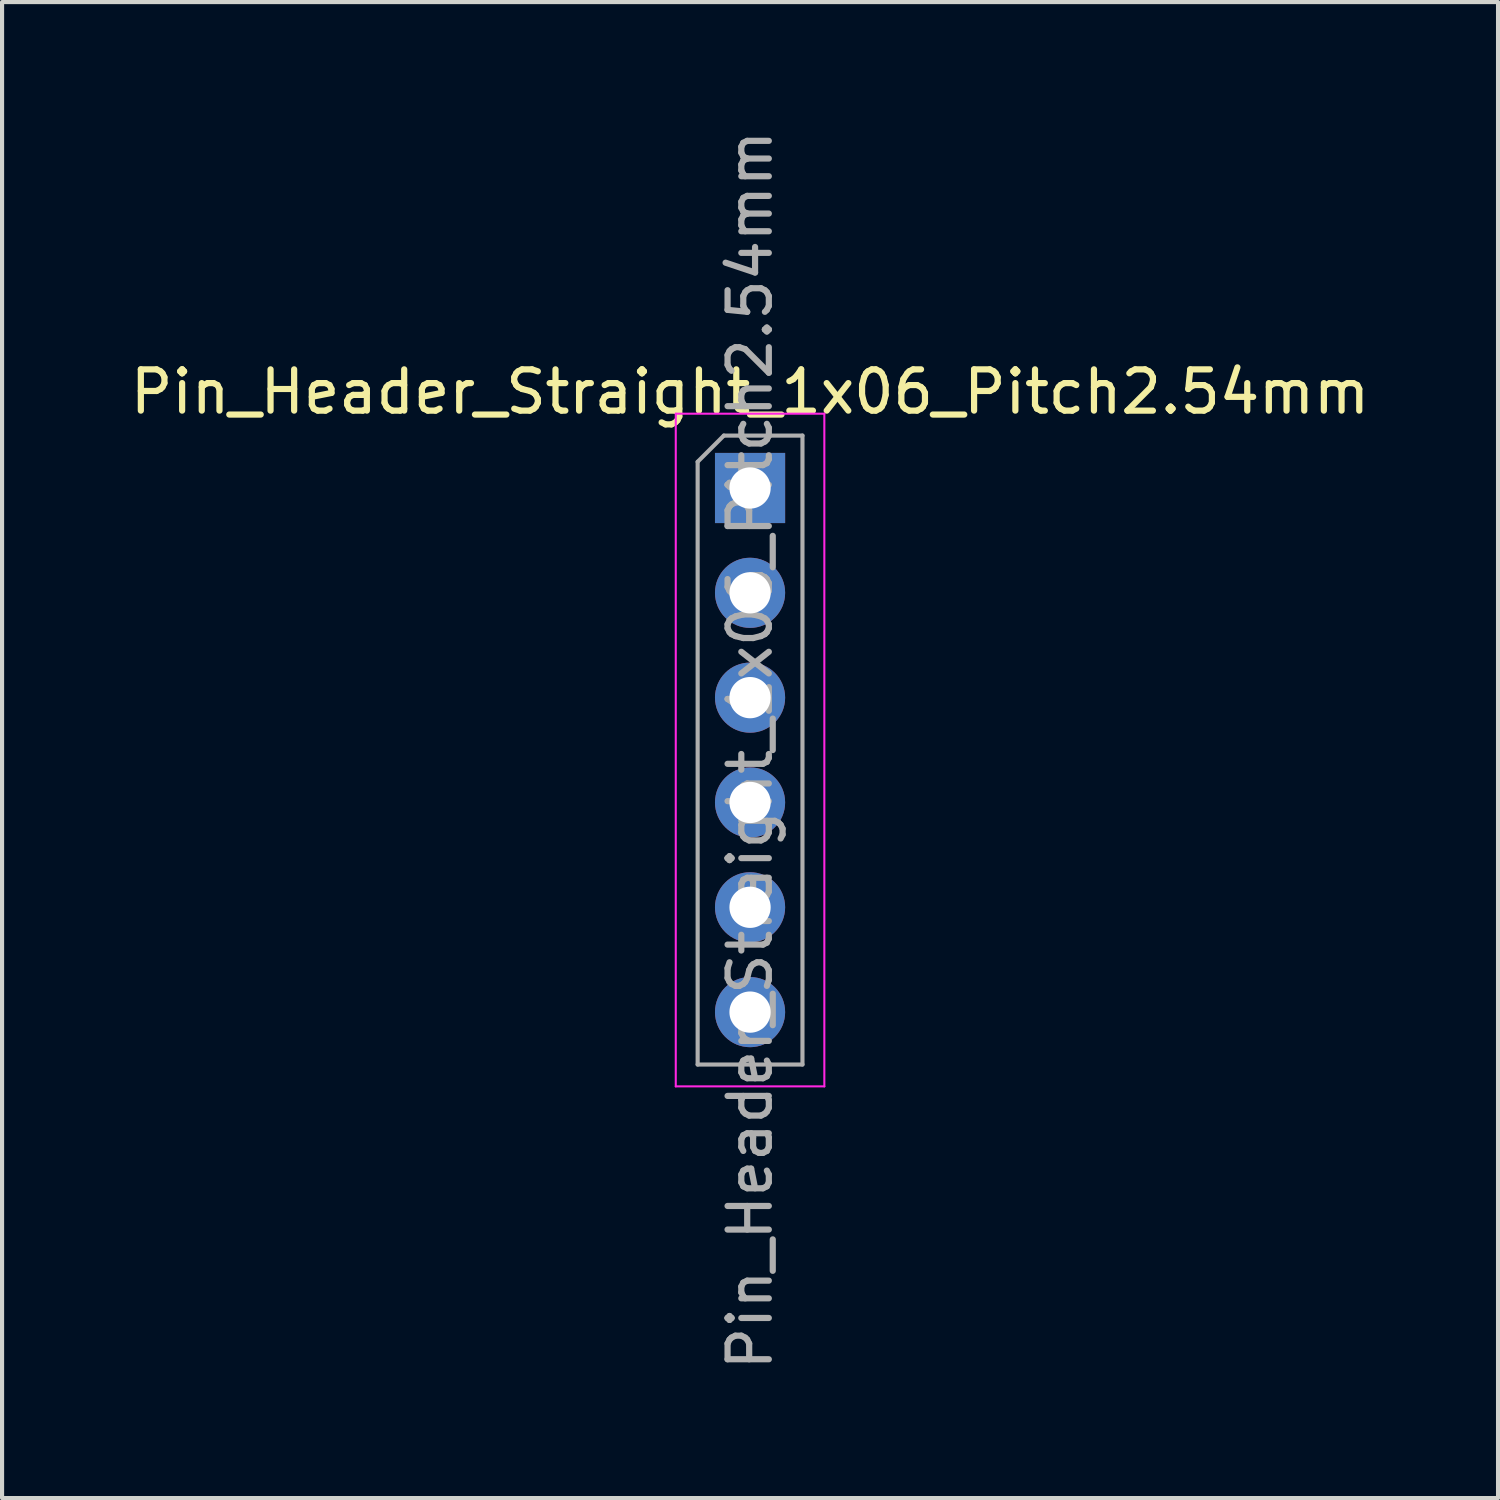
<source format=kicad_pcb>
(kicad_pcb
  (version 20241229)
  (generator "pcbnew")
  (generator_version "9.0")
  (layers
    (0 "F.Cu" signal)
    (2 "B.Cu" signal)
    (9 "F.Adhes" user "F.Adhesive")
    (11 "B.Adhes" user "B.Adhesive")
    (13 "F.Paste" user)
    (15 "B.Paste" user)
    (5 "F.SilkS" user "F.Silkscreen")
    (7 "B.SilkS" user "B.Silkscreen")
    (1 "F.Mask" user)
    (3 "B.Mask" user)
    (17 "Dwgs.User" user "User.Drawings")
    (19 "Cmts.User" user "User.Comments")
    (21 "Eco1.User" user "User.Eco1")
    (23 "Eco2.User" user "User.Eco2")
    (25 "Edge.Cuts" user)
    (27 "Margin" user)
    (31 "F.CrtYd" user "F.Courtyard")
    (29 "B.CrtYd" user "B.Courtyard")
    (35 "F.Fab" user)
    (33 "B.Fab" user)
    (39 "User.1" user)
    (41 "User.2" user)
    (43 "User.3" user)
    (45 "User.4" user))
  (footprint "Pin_Header_Straight_1x06_Pitch2.54mm"
    (layer "F.Cu")
    (at 15.125 8.775)
    (property "Reference" "Pin_Header_Straight_1x06_Pitch2.54mm" (at 0 -2.33 0) (layer "F.SilkS") (effects (font (size 1 1) (thickness 0.15))))
    (attr through_hole)
    (fp_line (start -1.8 -1.8) (end -1.8 14.5) (stroke (width 0.05) (type solid)) (layer "F.CrtYd"))
    (fp_line (start -1.8 14.5) (end 1.8 14.5) (stroke (width 0.05) (type solid)) (layer "F.CrtYd"))
    (fp_line (start 1.8 -1.8) (end -1.8 -1.8) (stroke (width 0.05) (type solid)) (layer "F.CrtYd"))
    (fp_line (start 1.8 14.5) (end 1.8 -1.8) (stroke (width 0.05) (type solid)) (layer "F.CrtYd"))
    (fp_line (start -1.27 -0.635) (end -0.635 -1.27) (stroke (width 0.1) (type solid)) (layer "F.Fab"))
    (fp_line (start -1.27 13.97) (end -1.27 -0.635) (stroke (width 0.1) (type solid)) (layer "F.Fab"))
    (fp_line (start -0.635 -1.27) (end 1.27 -1.27) (stroke (width 0.1) (type solid)) (layer "F.Fab"))
    (fp_line (start 1.27 -1.27) (end 1.27 13.97) (stroke (width 0.1) (type solid)) (layer "F.Fab"))
    (fp_line (start 1.27 13.97) (end -1.27 13.97) (stroke (width 0.1) (type solid)) (layer "F.Fab"))
    (fp_text user "${REFERENCE}" (at 0 6.35 90) (layer "F.Fab") (effects (font (size 1 1) (thickness 0.15))))
    (pad "1" thru_hole rect (at 0 0) (size 1.7 1.7) (drill 1) (layers "*.Cu" "*.Mask"))
    (pad "2" thru_hole oval (at 0 2.54) (size 1.7 1.7) (drill 1) (layers "*.Cu" "*.Mask"))
    (pad "3" thru_hole oval (at 0 5.08) (size 1.7 1.7) (drill 1) (layers "*.Cu" "*.Mask"))
    (pad "4" thru_hole oval (at 0 7.62) (size 1.7 1.7) (drill 1) (layers "*.Cu" "*.Mask"))
    (pad "5" thru_hole oval (at 0 10.16) (size 1.7 1.7) (drill 1) (layers "*.Cu" "*.Mask"))
    (pad "6" thru_hole oval (at 0 12.7) (size 1.7 1.7) (drill 1) (layers "*.Cu" "*.Mask")))
  (gr_rect
    (start -3 -3)
    (end 33.25 33.25)
    (stroke (width 0.1) (type default))
    (fill no)
    (layer "Edge.Cuts")))
</source>
